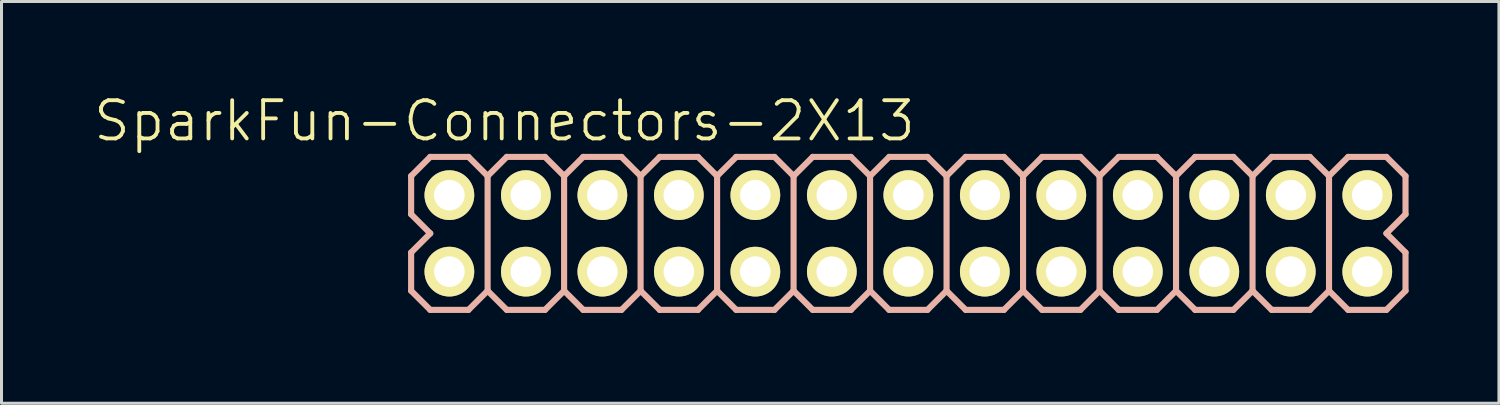
<source format=kicad_pcb>
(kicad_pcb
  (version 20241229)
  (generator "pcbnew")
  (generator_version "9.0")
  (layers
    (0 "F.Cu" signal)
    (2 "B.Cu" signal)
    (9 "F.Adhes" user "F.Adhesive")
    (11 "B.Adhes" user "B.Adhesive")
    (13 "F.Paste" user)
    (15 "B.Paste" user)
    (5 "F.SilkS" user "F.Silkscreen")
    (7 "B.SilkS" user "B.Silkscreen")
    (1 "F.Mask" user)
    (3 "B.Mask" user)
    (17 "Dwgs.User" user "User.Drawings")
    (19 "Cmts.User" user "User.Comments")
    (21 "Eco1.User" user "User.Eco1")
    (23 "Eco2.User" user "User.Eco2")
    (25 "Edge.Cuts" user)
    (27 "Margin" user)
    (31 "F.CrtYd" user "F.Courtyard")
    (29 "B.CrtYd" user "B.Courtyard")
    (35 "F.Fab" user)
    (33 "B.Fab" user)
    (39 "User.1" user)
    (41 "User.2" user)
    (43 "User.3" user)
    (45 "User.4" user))
  (footprint "SparkFun-Connectors-2X13"
    (layer "F.Cu")
    (at 11.872 5.97)
    (property "Reference" "SparkFun-Connectors-2X13" (at 1.829 -5.004 0) (layer "F.SilkS") (effects (font (size 1.27 1.27) (thickness 0.127))))
    (attr exclude_from_pos_files exclude_from_bom)
    (fp_line (start -0.254 -2.794) (end 0.254 -2.794) (stroke (width 0.066) (type solid)) (layer "F.SilkS"))
    (fp_line (start -0.254 -2.286) (end -0.254 -2.794) (stroke (width 0.066) (type solid)) (layer "F.SilkS"))
    (fp_line (start -0.254 -2.286) (end 0.254 -2.286) (stroke (width 0.066) (type solid)) (layer "F.SilkS"))
    (fp_line (start -0.254 -0.254) (end 0.254 -0.254) (stroke (width 0.066) (type solid)) (layer "F.SilkS"))
    (fp_line (start -0.254 0.254) (end -0.254 -0.254) (stroke (width 0.066) (type solid)) (layer "F.SilkS"))
    (fp_line (start -0.254 0.254) (end 0.254 0.254) (stroke (width 0.066) (type solid)) (layer "F.SilkS"))
    (fp_line (start 0.254 -2.286) (end 0.254 -2.794) (stroke (width 0.066) (type solid)) (layer "F.SilkS"))
    (fp_line (start 0.254 0.254) (end 0.254 -0.254) (stroke (width 0.066) (type solid)) (layer "F.SilkS"))
    (fp_line (start 2.286 -2.794) (end 2.794 -2.794) (stroke (width 0.066) (type solid)) (layer "F.SilkS"))
    (fp_line (start 2.286 -2.286) (end 2.286 -2.794) (stroke (width 0.066) (type solid)) (layer "F.SilkS"))
    (fp_line (start 2.286 -2.286) (end 2.794 -2.286) (stroke (width 0.066) (type solid)) (layer "F.SilkS"))
    (fp_line (start 2.286 -0.254) (end 2.794 -0.254) (stroke (width 0.066) (type solid)) (layer "F.SilkS"))
    (fp_line (start 2.286 0.254) (end 2.286 -0.254) (stroke (width 0.066) (type solid)) (layer "F.SilkS"))
    (fp_line (start 2.286 0.254) (end 2.794 0.254) (stroke (width 0.066) (type solid)) (layer "F.SilkS"))
    (fp_line (start 2.794 -2.286) (end 2.794 -2.794) (stroke (width 0.066) (type solid)) (layer "F.SilkS"))
    (fp_line (start 2.794 0.254) (end 2.794 -0.254) (stroke (width 0.066) (type solid)) (layer "F.SilkS"))
    (fp_line (start 4.826 -2.794) (end 5.334 -2.794) (stroke (width 0.066) (type solid)) (layer "F.SilkS"))
    (fp_line (start 4.826 -2.286) (end 4.826 -2.794) (stroke (width 0.066) (type solid)) (layer "F.SilkS"))
    (fp_line (start 4.826 -2.286) (end 5.334 -2.286) (stroke (width 0.066) (type solid)) (layer "F.SilkS"))
    (fp_line (start 4.826 -0.254) (end 5.334 -0.254) (stroke (width 0.066) (type solid)) (layer "F.SilkS"))
    (fp_line (start 4.826 0.254) (end 4.826 -0.254) (stroke (width 0.066) (type solid)) (layer "F.SilkS"))
    (fp_line (start 4.826 0.254) (end 5.334 0.254) (stroke (width 0.066) (type solid)) (layer "F.SilkS"))
    (fp_line (start 5.334 -2.286) (end 5.334 -2.794) (stroke (width 0.066) (type solid)) (layer "F.SilkS"))
    (fp_line (start 5.334 0.254) (end 5.334 -0.254) (stroke (width 0.066) (type solid)) (layer "F.SilkS"))
    (fp_line (start 7.366 -2.794) (end 7.874 -2.794) (stroke (width 0.066) (type solid)) (layer "F.SilkS"))
    (fp_line (start 7.366 -2.286) (end 7.366 -2.794) (stroke (width 0.066) (type solid)) (layer "F.SilkS"))
    (fp_line (start 7.366 -2.286) (end 7.874 -2.286) (stroke (width 0.066) (type solid)) (layer "F.SilkS"))
    (fp_line (start 7.366 -0.254) (end 7.874 -0.254) (stroke (width 0.066) (type solid)) (layer "F.SilkS"))
    (fp_line (start 7.366 0.254) (end 7.366 -0.254) (stroke (width 0.066) (type solid)) (layer "F.SilkS"))
    (fp_line (start 7.366 0.254) (end 7.874 0.254) (stroke (width 0.066) (type solid)) (layer "F.SilkS"))
    (fp_line (start 7.874 -2.286) (end 7.874 -2.794) (stroke (width 0.066) (type solid)) (layer "F.SilkS"))
    (fp_line (start 7.874 0.254) (end 7.874 -0.254) (stroke (width 0.066) (type solid)) (layer "F.SilkS"))
    (fp_line (start 9.906 -2.794) (end 10.414 -2.794) (stroke (width 0.066) (type solid)) (layer "F.SilkS"))
    (fp_line (start 9.906 -2.286) (end 9.906 -2.794) (stroke (width 0.066) (type solid)) (layer "F.SilkS"))
    (fp_line (start 9.906 -2.286) (end 10.414 -2.286) (stroke (width 0.066) (type solid)) (layer "F.SilkS"))
    (fp_line (start 9.906 -0.254) (end 10.414 -0.254) (stroke (width 0.066) (type solid)) (layer "F.SilkS"))
    (fp_line (start 9.906 0.254) (end 9.906 -0.254) (stroke (width 0.066) (type solid)) (layer "F.SilkS"))
    (fp_line (start 9.906 0.254) (end 10.414 0.254) (stroke (width 0.066) (type solid)) (layer "F.SilkS"))
    (fp_line (start 10.414 -2.286) (end 10.414 -2.794) (stroke (width 0.066) (type solid)) (layer "F.SilkS"))
    (fp_line (start 10.414 0.254) (end 10.414 -0.254) (stroke (width 0.066) (type solid)) (layer "F.SilkS"))
    (fp_line (start 12.446 -2.794) (end 12.954 -2.794) (stroke (width 0.066) (type solid)) (layer "F.SilkS"))
    (fp_line (start 12.446 -2.286) (end 12.446 -2.794) (stroke (width 0.066) (type solid)) (layer "F.SilkS"))
    (fp_line (start 12.446 -2.286) (end 12.954 -2.286) (stroke (width 0.066) (type solid)) (layer "F.SilkS"))
    (fp_line (start 12.446 -0.254) (end 12.954 -0.254) (stroke (width 0.066) (type solid)) (layer "F.SilkS"))
    (fp_line (start 12.446 0.254) (end 12.446 -0.254) (stroke (width 0.066) (type solid)) (layer "F.SilkS"))
    (fp_line (start 12.446 0.254) (end 12.954 0.254) (stroke (width 0.066) (type solid)) (layer "F.SilkS"))
    (fp_line (start 12.954 -2.286) (end 12.954 -2.794) (stroke (width 0.066) (type solid)) (layer "F.SilkS"))
    (fp_line (start 12.954 0.254) (end 12.954 -0.254) (stroke (width 0.066) (type solid)) (layer "F.SilkS"))
    (fp_line (start 14.986 -2.794) (end 15.494 -2.794) (stroke (width 0.066) (type solid)) (layer "F.SilkS"))
    (fp_line (start 14.986 -2.286) (end 14.986 -2.794) (stroke (width 0.066) (type solid)) (layer "F.SilkS"))
    (fp_line (start 14.986 -2.286) (end 15.494 -2.286) (stroke (width 0.066) (type solid)) (layer "F.SilkS"))
    (fp_line (start 14.986 -0.254) (end 15.494 -0.254) (stroke (width 0.066) (type solid)) (layer "F.SilkS"))
    (fp_line (start 14.986 0.254) (end 14.986 -0.254) (stroke (width 0.066) (type solid)) (layer "F.SilkS"))
    (fp_line (start 14.986 0.254) (end 15.494 0.254) (stroke (width 0.066) (type solid)) (layer "F.SilkS"))
    (fp_line (start 15.494 -2.286) (end 15.494 -2.794) (stroke (width 0.066) (type solid)) (layer "F.SilkS"))
    (fp_line (start 15.494 0.254) (end 15.494 -0.254) (stroke (width 0.066) (type solid)) (layer "F.SilkS"))
    (fp_line (start 17.523 -2.794) (end 18.034 -2.794) (stroke (width 0.066) (type solid)) (layer "F.SilkS"))
    (fp_line (start 17.523 -2.286) (end 17.523 -2.794) (stroke (width 0.066) (type solid)) (layer "F.SilkS"))
    (fp_line (start 17.523 -2.286) (end 18.034 -2.286) (stroke (width 0.066) (type solid)) (layer "F.SilkS"))
    (fp_line (start 17.523 -0.254) (end 18.034 -0.254) (stroke (width 0.066) (type solid)) (layer "F.SilkS"))
    (fp_line (start 17.523 0.254) (end 17.523 -0.254) (stroke (width 0.066) (type solid)) (layer "F.SilkS"))
    (fp_line (start 17.523 0.254) (end 18.034 0.254) (stroke (width 0.066) (type solid)) (layer "F.SilkS"))
    (fp_line (start 18.034 -2.286) (end 18.034 -2.794) (stroke (width 0.066) (type solid)) (layer "F.SilkS"))
    (fp_line (start 18.034 0.254) (end 18.034 -0.254) (stroke (width 0.066) (type solid)) (layer "F.SilkS"))
    (fp_line (start 20.066 -2.794) (end 20.574 -2.794) (stroke (width 0.066) (type solid)) (layer "F.SilkS"))
    (fp_line (start 20.066 -2.286) (end 20.066 -2.794) (stroke (width 0.066) (type solid)) (layer "F.SilkS"))
    (fp_line (start 20.066 -2.286) (end 20.574 -2.286) (stroke (width 0.066) (type solid)) (layer "F.SilkS"))
    (fp_line (start 20.066 -0.254) (end 20.574 -0.254) (stroke (width 0.066) (type solid)) (layer "F.SilkS"))
    (fp_line (start 20.066 0.254) (end 20.066 -0.254) (stroke (width 0.066) (type solid)) (layer "F.SilkS"))
    (fp_line (start 20.066 0.254) (end 20.574 0.254) (stroke (width 0.066) (type solid)) (layer "F.SilkS"))
    (fp_line (start 20.574 -2.286) (end 20.574 -2.794) (stroke (width 0.066) (type solid)) (layer "F.SilkS"))
    (fp_line (start 20.574 0.254) (end 20.574 -0.254) (stroke (width 0.066) (type solid)) (layer "F.SilkS"))
    (fp_line (start 22.606 -2.794) (end 23.114 -2.794) (stroke (width 0.066) (type solid)) (layer "F.SilkS"))
    (fp_line (start 22.606 -2.286) (end 22.606 -2.794) (stroke (width 0.066) (type solid)) (layer "F.SilkS"))
    (fp_line (start 22.606 -2.286) (end 23.114 -2.286) (stroke (width 0.066) (type solid)) (layer "F.SilkS"))
    (fp_line (start 22.606 -0.254) (end 23.114 -0.254) (stroke (width 0.066) (type solid)) (layer "F.SilkS"))
    (fp_line (start 22.606 0.254) (end 22.606 -0.254) (stroke (width 0.066) (type solid)) (layer "F.SilkS"))
    (fp_line (start 22.606 0.254) (end 23.114 0.254) (stroke (width 0.066) (type solid)) (layer "F.SilkS"))
    (fp_line (start 23.114 -2.286) (end 23.114 -2.794) (stroke (width 0.066) (type solid)) (layer "F.SilkS"))
    (fp_line (start 23.114 0.254) (end 23.114 -0.254) (stroke (width 0.066) (type solid)) (layer "F.SilkS"))
    (fp_line (start 25.146 -2.794) (end 25.654 -2.794) (stroke (width 0.066) (type solid)) (layer "F.SilkS"))
    (fp_line (start 25.146 -2.286) (end 25.146 -2.794) (stroke (width 0.066) (type solid)) (layer "F.SilkS"))
    (fp_line (start 25.146 -2.286) (end 25.654 -2.286) (stroke (width 0.066) (type solid)) (layer "F.SilkS"))
    (fp_line (start 25.146 -0.254) (end 25.654 -0.254) (stroke (width 0.066) (type solid)) (layer "F.SilkS"))
    (fp_line (start 25.146 0.254) (end 25.146 -0.254) (stroke (width 0.066) (type solid)) (layer "F.SilkS"))
    (fp_line (start 25.146 0.254) (end 25.654 0.254) (stroke (width 0.066) (type solid)) (layer "F.SilkS"))
    (fp_line (start 25.654 -2.286) (end 25.654 -2.794) (stroke (width 0.066) (type solid)) (layer "F.SilkS"))
    (fp_line (start 25.654 0.254) (end 25.654 -0.254) (stroke (width 0.066) (type solid)) (layer "F.SilkS"))
    (fp_line (start 27.686 -2.794) (end 28.194 -2.794) (stroke (width 0.066) (type solid)) (layer "F.SilkS"))
    (fp_line (start 27.686 -2.286) (end 27.686 -2.794) (stroke (width 0.066) (type solid)) (layer "F.SilkS"))
    (fp_line (start 27.686 -2.286) (end 28.194 -2.286) (stroke (width 0.066) (type solid)) (layer "F.SilkS"))
    (fp_line (start 27.686 -0.254) (end 28.194 -0.254) (stroke (width 0.066) (type solid)) (layer "F.SilkS"))
    (fp_line (start 27.686 0.254) (end 27.686 -0.254) (stroke (width 0.066) (type solid)) (layer "F.SilkS"))
    (fp_line (start 27.686 0.254) (end 28.194 0.254) (stroke (width 0.066) (type solid)) (layer "F.SilkS"))
    (fp_line (start 28.194 -2.286) (end 28.194 -2.794) (stroke (width 0.066) (type solid)) (layer "F.SilkS"))
    (fp_line (start 28.194 0.254) (end 28.194 -0.254) (stroke (width 0.066) (type solid)) (layer "F.SilkS"))
    (fp_line (start 30.226 -2.794) (end 30.734 -2.794) (stroke (width 0.066) (type solid)) (layer "F.SilkS"))
    (fp_line (start 30.226 -2.286) (end 30.226 -2.794) (stroke (width 0.066) (type solid)) (layer "F.SilkS"))
    (fp_line (start 30.226 -2.286) (end 30.734 -2.286) (stroke (width 0.066) (type solid)) (layer "F.SilkS"))
    (fp_line (start 30.226 -0.254) (end 30.734 -0.254) (stroke (width 0.066) (type solid)) (layer "F.SilkS"))
    (fp_line (start 30.226 0.254) (end 30.226 -0.254) (stroke (width 0.066) (type solid)) (layer "F.SilkS"))
    (fp_line (start 30.226 0.254) (end 30.734 0.254) (stroke (width 0.066) (type solid)) (layer "F.SilkS"))
    (fp_line (start 30.734 -2.286) (end 30.734 -2.794) (stroke (width 0.066) (type solid)) (layer "F.SilkS"))
    (fp_line (start 30.734 0.254) (end 30.734 -0.254) (stroke (width 0.066) (type solid)) (layer "F.SilkS"))
    (fp_line (start -1.27 -3.175) (end -1.27 -1.905) (stroke (width 0.203) (type solid)) (layer "B.SilkS"))
    (fp_line (start -1.27 -1.905) (end -0.635 -1.27) (stroke (width 0.203) (type solid)) (layer "B.SilkS"))
    (fp_line (start -1.27 -0.635) (end -1.27 0.635) (stroke (width 0.203) (type solid)) (layer "B.SilkS"))
    (fp_line (start -1.27 0.635) (end -0.635 1.27) (stroke (width 0.203) (type solid)) (layer "B.SilkS"))
    (fp_line (start -0.635 -3.81) (end -1.27 -3.175) (stroke (width 0.203) (type solid)) (layer "B.SilkS"))
    (fp_line (start -0.635 -3.81) (end 0.635 -3.81) (stroke (width 0.203) (type solid)) (layer "B.SilkS"))
    (fp_line (start -0.635 -1.27) (end -1.27 -0.635) (stroke (width 0.203) (type solid)) (layer "B.SilkS"))
    (fp_line (start 0.635 -3.81) (end 1.27 -3.175) (stroke (width 0.203) (type solid)) (layer "B.SilkS"))
    (fp_line (start 0.635 1.27) (end -0.635 1.27) (stroke (width 0.203) (type solid)) (layer "B.SilkS"))
    (fp_line (start 1.27 -3.175) (end 1.27 0.635) (stroke (width 0.203) (type solid)) (layer "B.SilkS"))
    (fp_line (start 1.27 -3.175) (end 1.905 -3.81) (stroke (width 0.203) (type solid)) (layer "B.SilkS"))
    (fp_line (start 1.27 0.635) (end 0.635 1.27) (stroke (width 0.203) (type solid)) (layer "B.SilkS"))
    (fp_line (start 1.905 -3.81) (end 3.175 -3.81) (stroke (width 0.203) (type solid)) (layer "B.SilkS"))
    (fp_line (start 1.905 1.27) (end 1.27 0.635) (stroke (width 0.203) (type solid)) (layer "B.SilkS"))
    (fp_line (start 3.175 -3.81) (end 3.81 -3.175) (stroke (width 0.203) (type solid)) (layer "B.SilkS"))
    (fp_line (start 3.175 1.27) (end 1.905 1.27) (stroke (width 0.203) (type solid)) (layer "B.SilkS"))
    (fp_line (start 3.81 -3.175) (end 3.81 0.635) (stroke (width 0.203) (type solid)) (layer "B.SilkS"))
    (fp_line (start 3.81 -3.175) (end 4.445 -3.81) (stroke (width 0.203) (type solid)) (layer "B.SilkS"))
    (fp_line (start 3.81 0.635) (end 3.175 1.27) (stroke (width 0.203) (type solid)) (layer "B.SilkS"))
    (fp_line (start 4.445 -3.81) (end 5.715 -3.81) (stroke (width 0.203) (type solid)) (layer "B.SilkS"))
    (fp_line (start 4.445 1.27) (end 3.81 0.635) (stroke (width 0.203) (type solid)) (layer "B.SilkS"))
    (fp_line (start 5.715 -3.81) (end 6.35 -3.175) (stroke (width 0.203) (type solid)) (layer "B.SilkS"))
    (fp_line (start 5.715 1.27) (end 4.445 1.27) (stroke (width 0.203) (type solid)) (layer "B.SilkS"))
    (fp_line (start 6.35 -3.175) (end 6.35 0.635) (stroke (width 0.203) (type solid)) (layer "B.SilkS"))
    (fp_line (start 6.35 0.635) (end 5.715 1.27) (stroke (width 0.203) (type solid)) (layer "B.SilkS"))
    (fp_line (start 6.35 0.635) (end 6.985 1.27) (stroke (width 0.203) (type solid)) (layer "B.SilkS"))
    (fp_line (start 6.985 -3.81) (end 6.35 -3.175) (stroke (width 0.203) (type solid)) (layer "B.SilkS"))
    (fp_line (start 6.985 -3.81) (end 8.255 -3.81) (stroke (width 0.203) (type solid)) (layer "B.SilkS"))
    (fp_line (start 8.255 -3.81) (end 8.89 -3.175) (stroke (width 0.203) (type solid)) (layer "B.SilkS"))
    (fp_line (start 8.255 1.27) (end 6.985 1.27) (stroke (width 0.203) (type solid)) (layer "B.SilkS"))
    (fp_line (start 8.89 -3.175) (end 8.89 0.635) (stroke (width 0.203) (type solid)) (layer "B.SilkS"))
    (fp_line (start 8.89 -3.175) (end 9.525 -3.81) (stroke (width 0.203) (type solid)) (layer "B.SilkS"))
    (fp_line (start 8.89 0.635) (end 8.255 1.27) (stroke (width 0.203) (type solid)) (layer "B.SilkS"))
    (fp_line (start 9.525 -3.81) (end 10.795 -3.81) (stroke (width 0.203) (type solid)) (layer "B.SilkS"))
    (fp_line (start 9.525 1.27) (end 8.89 0.635) (stroke (width 0.203) (type solid)) (layer "B.SilkS"))
    (fp_line (start 10.795 -3.81) (end 11.43 -3.175) (stroke (width 0.203) (type solid)) (layer "B.SilkS"))
    (fp_line (start 10.795 1.27) (end 9.525 1.27) (stroke (width 0.203) (type solid)) (layer "B.SilkS"))
    (fp_line (start 11.43 -3.175) (end 11.43 0.635) (stroke (width 0.203) (type solid)) (layer "B.SilkS"))
    (fp_line (start 11.43 -3.175) (end 12.065 -3.81) (stroke (width 0.203) (type solid)) (layer "B.SilkS"))
    (fp_line (start 11.43 0.635) (end 10.795 1.27) (stroke (width 0.203) (type solid)) (layer "B.SilkS"))
    (fp_line (start 12.065 -3.81) (end 13.335 -3.81) (stroke (width 0.203) (type solid)) (layer "B.SilkS"))
    (fp_line (start 12.065 1.27) (end 11.43 0.635) (stroke (width 0.203) (type solid)) (layer "B.SilkS"))
    (fp_line (start 13.335 -3.81) (end 13.97 -3.175) (stroke (width 0.203) (type solid)) (layer "B.SilkS"))
    (fp_line (start 13.335 1.27) (end 12.065 1.27) (stroke (width 0.203) (type solid)) (layer "B.SilkS"))
    (fp_line (start 13.97 -3.175) (end 13.97 0.635) (stroke (width 0.203) (type solid)) (layer "B.SilkS"))
    (fp_line (start 13.97 0.635) (end 13.335 1.27) (stroke (width 0.203) (type solid)) (layer "B.SilkS"))
    (fp_line (start 13.97 0.635) (end 14.605 1.27) (stroke (width 0.203) (type solid)) (layer "B.SilkS"))
    (fp_line (start 14.605 -3.81) (end 13.97 -3.175) (stroke (width 0.203) (type solid)) (layer "B.SilkS"))
    (fp_line (start 14.605 -3.81) (end 15.875 -3.81) (stroke (width 0.203) (type solid)) (layer "B.SilkS"))
    (fp_line (start 15.875 -3.81) (end 16.51 -3.175) (stroke (width 0.203) (type solid)) (layer "B.SilkS"))
    (fp_line (start 15.875 1.27) (end 14.605 1.27) (stroke (width 0.203) (type solid)) (layer "B.SilkS"))
    (fp_line (start 16.51 -3.175) (end 16.51 0.635) (stroke (width 0.203) (type solid)) (layer "B.SilkS"))
    (fp_line (start 16.51 0.635) (end 15.875 1.27) (stroke (width 0.203) (type solid)) (layer "B.SilkS"))
    (fp_line (start 16.51 0.635) (end 17.145 1.27) (stroke (width 0.203) (type solid)) (layer "B.SilkS"))
    (fp_line (start 17.145 -3.81) (end 16.51 -3.175) (stroke (width 0.203) (type solid)) (layer "B.SilkS"))
    (fp_line (start 17.145 -3.81) (end 18.415 -3.81) (stroke (width 0.203) (type solid)) (layer "B.SilkS"))
    (fp_line (start 18.415 -3.81) (end 19.05 -3.175) (stroke (width 0.203) (type solid)) (layer "B.SilkS"))
    (fp_line (start 18.415 1.27) (end 17.145 1.27) (stroke (width 0.203) (type solid)) (layer "B.SilkS"))
    (fp_line (start 19.05 -3.175) (end 19.05 0.635) (stroke (width 0.203) (type solid)) (layer "B.SilkS"))
    (fp_line (start 19.05 -3.175) (end 19.685 -3.81) (stroke (width 0.203) (type solid)) (layer "B.SilkS"))
    (fp_line (start 19.05 0.635) (end 18.415 1.27) (stroke (width 0.203) (type solid)) (layer "B.SilkS"))
    (fp_line (start 19.685 -3.81) (end 20.955 -3.81) (stroke (width 0.203) (type solid)) (layer "B.SilkS"))
    (fp_line (start 19.685 1.27) (end 19.05 0.635) (stroke (width 0.203) (type solid)) (layer "B.SilkS"))
    (fp_line (start 20.955 -3.81) (end 21.59 -3.175) (stroke (width 0.203) (type solid)) (layer "B.SilkS"))
    (fp_line (start 20.955 1.27) (end 19.685 1.27) (stroke (width 0.203) (type solid)) (layer "B.SilkS"))
    (fp_line (start 21.59 -3.175) (end 21.59 0.635) (stroke (width 0.203) (type solid)) (layer "B.SilkS"))
    (fp_line (start 21.59 -3.175) (end 22.225 -3.81) (stroke (width 0.203) (type solid)) (layer "B.SilkS"))
    (fp_line (start 21.59 0.635) (end 20.955 1.27) (stroke (width 0.203) (type solid)) (layer "B.SilkS"))
    (fp_line (start 22.225 -3.81) (end 23.495 -3.81) (stroke (width 0.203) (type solid)) (layer "B.SilkS"))
    (fp_line (start 22.225 1.27) (end 21.59 0.635) (stroke (width 0.203) (type solid)) (layer "B.SilkS"))
    (fp_line (start 23.495 -3.81) (end 24.13 -3.175) (stroke (width 0.203) (type solid)) (layer "B.SilkS"))
    (fp_line (start 23.495 1.27) (end 22.225 1.27) (stroke (width 0.203) (type solid)) (layer "B.SilkS"))
    (fp_line (start 24.13 -3.175) (end 24.13 0.635) (stroke (width 0.203) (type solid)) (layer "B.SilkS"))
    (fp_line (start 24.13 0.635) (end 23.495 1.27) (stroke (width 0.203) (type solid)) (layer "B.SilkS"))
    (fp_line (start 24.13 0.635) (end 24.765 1.27) (stroke (width 0.203) (type solid)) (layer "B.SilkS"))
    (fp_line (start 24.765 -3.81) (end 24.13 -3.175) (stroke (width 0.203) (type solid)) (layer "B.SilkS"))
    (fp_line (start 24.765 -3.81) (end 26.035 -3.81) (stroke (width 0.203) (type solid)) (layer "B.SilkS"))
    (fp_line (start 26.035 -3.81) (end 26.67 -3.175) (stroke (width 0.203) (type solid)) (layer "B.SilkS"))
    (fp_line (start 26.035 1.27) (end 24.765 1.27) (stroke (width 0.203) (type solid)) (layer "B.SilkS"))
    (fp_line (start 26.67 -3.175) (end 26.67 0.635) (stroke (width 0.203) (type solid)) (layer "B.SilkS"))
    (fp_line (start 26.67 -3.175) (end 27.305 -3.81) (stroke (width 0.203) (type solid)) (layer "B.SilkS"))
    (fp_line (start 26.67 0.635) (end 26.035 1.27) (stroke (width 0.203) (type solid)) (layer "B.SilkS"))
    (fp_line (start 27.305 -3.81) (end 28.575 -3.81) (stroke (width 0.203) (type solid)) (layer "B.SilkS"))
    (fp_line (start 27.305 1.27) (end 26.67 0.635) (stroke (width 0.203) (type solid)) (layer "B.SilkS"))
    (fp_line (start 28.575 -3.81) (end 29.21 -3.175) (stroke (width 0.203) (type solid)) (layer "B.SilkS"))
    (fp_line (start 28.575 1.27) (end 27.305 1.27) (stroke (width 0.203) (type solid)) (layer "B.SilkS"))
    (fp_line (start 29.21 -3.175) (end 29.21 0.635) (stroke (width 0.203) (type solid)) (layer "B.SilkS"))
    (fp_line (start 29.21 -3.175) (end 29.845 -3.81) (stroke (width 0.203) (type solid)) (layer "B.SilkS"))
    (fp_line (start 29.21 0.635) (end 28.575 1.27) (stroke (width 0.203) (type solid)) (layer "B.SilkS"))
    (fp_line (start 29.845 -3.81) (end 31.115 -3.81) (stroke (width 0.203) (type solid)) (layer "B.SilkS"))
    (fp_line (start 29.845 1.27) (end 29.21 0.635) (stroke (width 0.203) (type solid)) (layer "B.SilkS"))
    (fp_line (start 31.115 -3.81) (end 31.75 -3.175) (stroke (width 0.203) (type solid)) (layer "B.SilkS"))
    (fp_line (start 31.115 -1.27) (end 31.75 -0.635) (stroke (width 0.203) (type solid)) (layer "B.SilkS"))
    (fp_line (start 31.115 1.27) (end 29.845 1.27) (stroke (width 0.203) (type solid)) (layer "B.SilkS"))
    (fp_line (start 31.75 -1.905) (end 31.115 -1.27) (stroke (width 0.203) (type solid)) (layer "B.SilkS"))
    (fp_line (start 31.75 -1.905) (end 31.75 -3.175) (stroke (width 0.203) (type solid)) (layer "B.SilkS"))
    (fp_line (start 31.75 0.635) (end 31.115 1.27) (stroke (width 0.203) (type solid)) (layer "B.SilkS"))
    (fp_line (start 31.75 0.635) (end 31.75 -0.635) (stroke (width 0.203) (type solid)) (layer "B.SilkS"))
    (pad "1" thru_hole circle (at 0 0) (size 1.651 1.651) (drill 1.016) (layers "*.Cu" "F.Mask" "F.SilkS" "F.Paste"))
    (pad "2" thru_hole circle (at 0 -2.54) (size 1.651 1.651) (drill 1.016) (layers "*.Cu" "F.Mask" "F.SilkS" "F.Paste"))
    (pad "3" thru_hole circle (at 2.54 0) (size 1.651 1.651) (drill 1.016) (layers "*.Cu" "F.Mask" "F.SilkS" "F.Paste"))
    (pad "4" thru_hole circle (at 2.54 -2.54) (size 1.651 1.651) (drill 1.016) (layers "*.Cu" "F.Mask" "F.SilkS" "F.Paste"))
    (pad "5" thru_hole circle (at 5.08 0) (size 1.651 1.651) (drill 1.016) (layers "*.Cu" "F.Mask" "F.SilkS" "F.Paste"))
    (pad "6" thru_hole circle (at 5.08 -2.54) (size 1.651 1.651) (drill 1.016) (layers "*.Cu" "F.Mask" "F.SilkS" "F.Paste"))
    (pad "7" thru_hole circle (at 7.62 0) (size 1.651 1.651) (drill 1.016) (layers "*.Cu" "F.Mask" "F.SilkS" "F.Paste"))
    (pad "8" thru_hole circle (at 7.62 -2.54) (size 1.651 1.651) (drill 1.016) (layers "*.Cu" "F.Mask" "F.SilkS" "F.Paste"))
    (pad "9" thru_hole circle (at 10.16 0) (size 1.651 1.651) (drill 1.016) (layers "*.Cu" "F.Mask" "F.SilkS" "F.Paste"))
    (pad "10" thru_hole circle (at 10.16 -2.54) (size 1.651 1.651) (drill 1.016) (layers "*.Cu" "F.Mask" "F.SilkS" "F.Paste"))
    (pad "11" thru_hole circle (at 12.7 0) (size 1.651 1.651) (drill 1.016) (layers "*.Cu" "F.Mask" "F.SilkS" "F.Paste"))
    (pad "12" thru_hole circle (at 12.7 -2.54) (size 1.651 1.651) (drill 1.016) (layers "*.Cu" "F.Mask" "F.SilkS" "F.Paste"))
    (pad "13" thru_hole circle (at 15.24 0) (size 1.651 1.651) (drill 1.016) (layers "*.Cu" "F.Mask" "F.SilkS" "F.Paste"))
    (pad "14" thru_hole circle (at 15.24 -2.54) (size 1.651 1.651) (drill 1.016) (layers "*.Cu" "F.Mask" "F.SilkS" "F.Paste"))
    (pad "15" thru_hole circle (at 17.78 0) (size 1.651 1.651) (drill 1.016) (layers "*.Cu" "F.Mask" "F.SilkS" "F.Paste"))
    (pad "16" thru_hole circle (at 17.78 -2.54) (size 1.651 1.651) (drill 1.016) (layers "*.Cu" "F.Mask" "F.SilkS" "F.Paste"))
    (pad "17" thru_hole circle (at 20.32 0) (size 1.651 1.651) (drill 1.016) (layers "*.Cu" "F.Mask" "F.SilkS" "F.Paste"))
    (pad "18" thru_hole circle (at 20.32 -2.54) (size 1.651 1.651) (drill 1.016) (layers "*.Cu" "F.Mask" "F.SilkS" "F.Paste"))
    (pad "19" thru_hole circle (at 22.86 0) (size 1.651 1.651) (drill 1.016) (layers "*.Cu" "F.Mask" "F.SilkS" "F.Paste"))
    (pad "20" thru_hole circle (at 22.86 -2.54) (size 1.651 1.651) (drill 1.016) (layers "*.Cu" "F.Mask" "F.SilkS" "F.Paste"))
    (pad "21" thru_hole circle (at 25.4 0) (size 1.651 1.651) (drill 1.016) (layers "*.Cu" "F.Mask" "F.SilkS" "F.Paste"))
    (pad "22" thru_hole circle (at 25.4 -2.54) (size 1.651 1.651) (drill 1.016) (layers "*.Cu" "F.Mask" "F.SilkS" "F.Paste"))
    (pad "23" thru_hole circle (at 27.94 0) (size 1.651 1.651) (drill 1.016) (layers "*.Cu" "F.Mask" "F.SilkS" "F.Paste"))
    (pad "24" thru_hole circle (at 27.94 -2.54) (size 1.651 1.651) (drill 1.016) (layers "*.Cu" "F.Mask" "F.SilkS" "F.Paste"))
    (pad "25" thru_hole circle (at 30.48 0) (size 1.651 1.651) (drill 1.016) (layers "*.Cu" "F.Mask" "F.SilkS" "F.Paste"))
    (pad "26" thru_hole circle (at 30.48 -2.54) (size 1.651 1.651) (drill 1.016) (layers "*.Cu" "F.Mask" "F.SilkS" "F.Paste")))
  (gr_rect
    (start -3 -3)
    (end 46.724 10.341)
    (stroke (width 0.1) (type default))
    (fill no)
    (layer "Edge.Cuts")))
</source>
